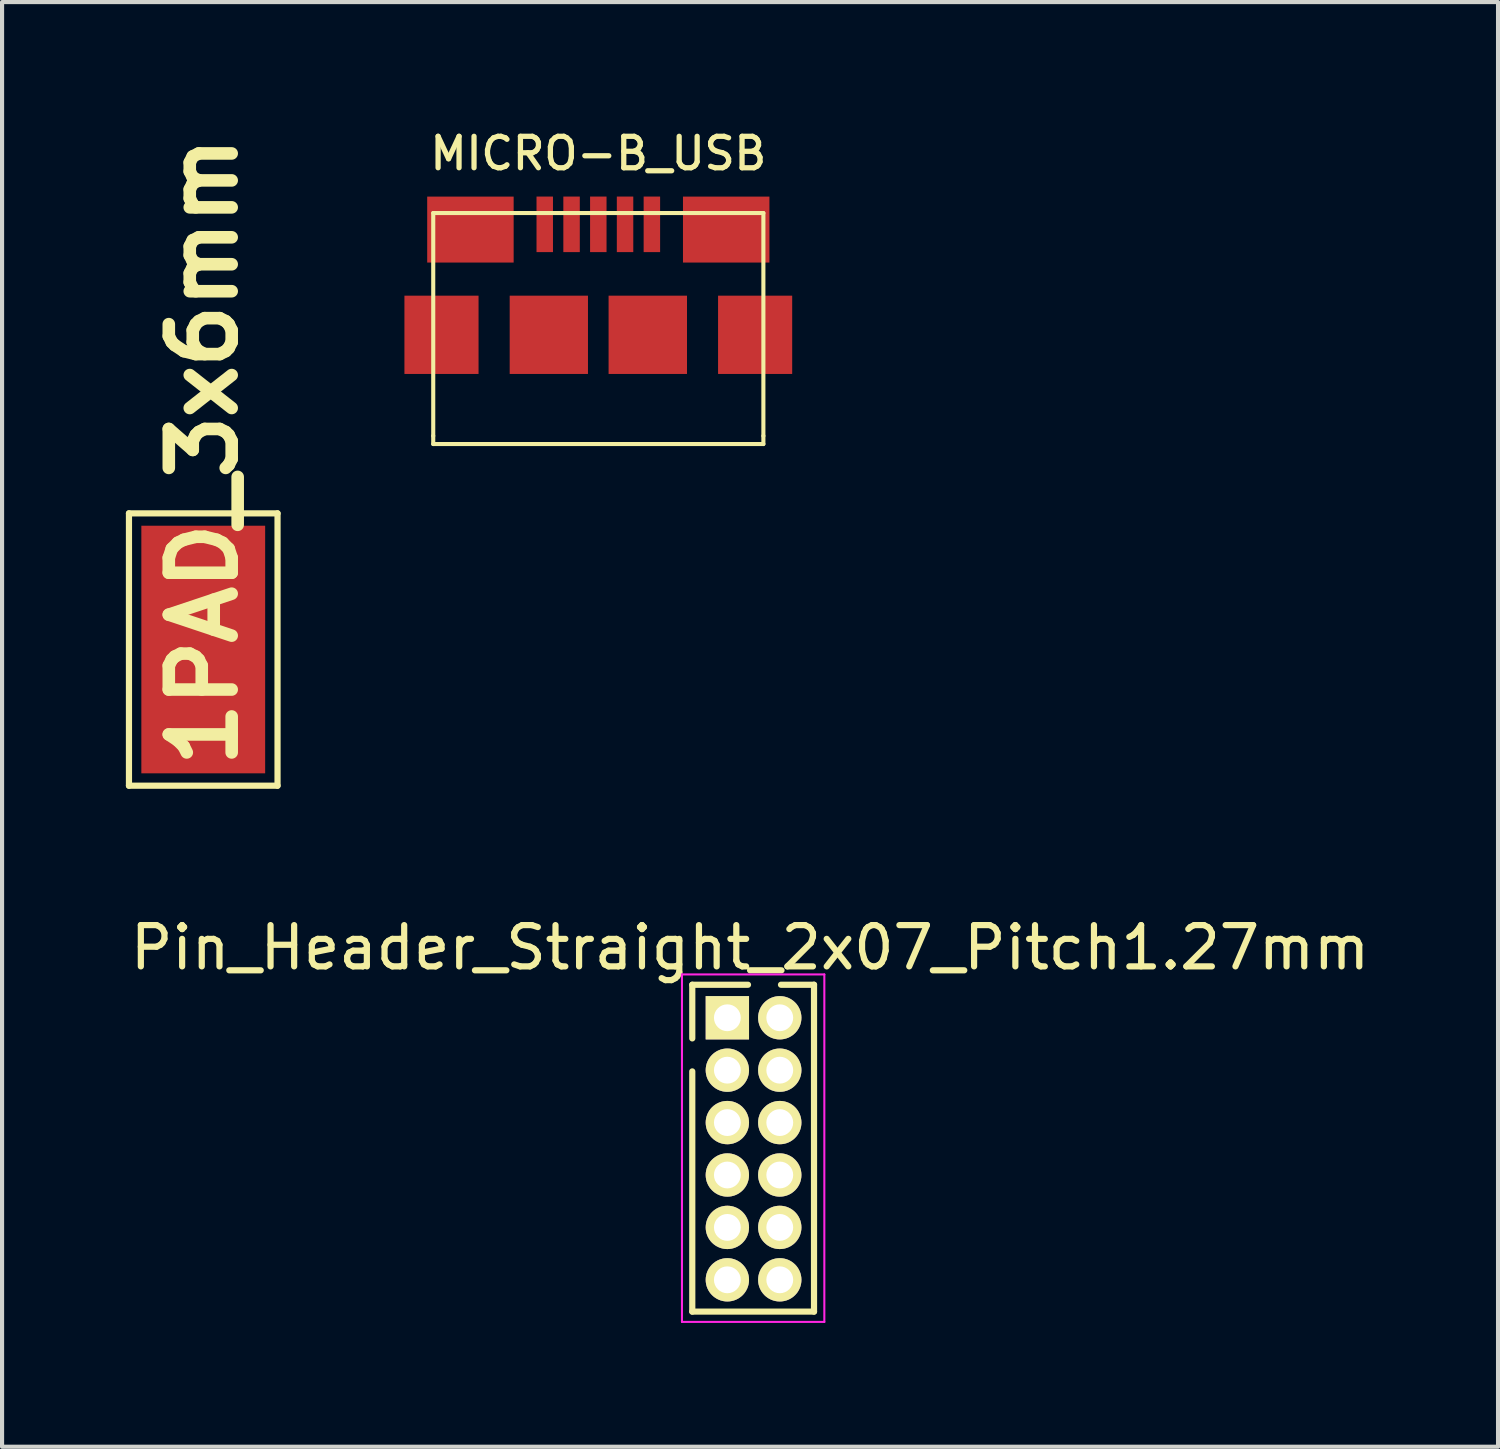
<source format=kicad_pcb>
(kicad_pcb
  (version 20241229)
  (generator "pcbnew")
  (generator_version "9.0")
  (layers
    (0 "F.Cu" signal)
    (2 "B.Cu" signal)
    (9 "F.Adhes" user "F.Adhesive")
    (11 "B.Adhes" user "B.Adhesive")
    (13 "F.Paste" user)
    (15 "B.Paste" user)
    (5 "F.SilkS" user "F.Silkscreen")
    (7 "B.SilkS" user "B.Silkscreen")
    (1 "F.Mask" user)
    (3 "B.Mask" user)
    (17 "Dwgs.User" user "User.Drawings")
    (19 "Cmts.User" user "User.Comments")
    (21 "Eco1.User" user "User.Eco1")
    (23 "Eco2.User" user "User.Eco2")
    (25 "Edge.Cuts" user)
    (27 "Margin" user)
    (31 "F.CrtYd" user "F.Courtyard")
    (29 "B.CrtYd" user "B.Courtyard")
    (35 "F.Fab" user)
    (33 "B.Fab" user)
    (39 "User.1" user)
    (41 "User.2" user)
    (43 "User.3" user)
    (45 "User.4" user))
  (footprint "1PAD_3x6mm"
    (layer "F.Cu")
    (at 1.875 12.689)
    (property "Reference" "1PAD_3x6mm" (at 0 -4.8 270) (layer "F.SilkS") (effects (font (size 1.524 1.524) (thickness 0.305))))
    (attr through_hole)
    (fp_line (start -1.8 -3.3) (end 1.8 -3.3) (stroke (width 0.15) (type solid)) (layer "F.SilkS"))
    (fp_line (start -1.8 3.3) (end -1.8 -3.3) (stroke (width 0.15) (type solid)) (layer "F.SilkS"))
    (fp_line (start 1.8 -3.3) (end 1.8 3.3) (stroke (width 0.15) (type solid)) (layer "F.SilkS"))
    (fp_line (start 1.8 3.3) (end -1.8 3.3) (stroke (width 0.15) (type solid)) (layer "F.SilkS"))
    (pad "1" smd rect (at 0 0) (size 3 6) (layers "F.Cu" "F.Mask" "F.Paste")))
  (footprint "Pin_Header_Straight_2x07_Pitch1.27mm"
    (layer "F.Cu")
    (at 14.575 21.612)
    (property "Reference" "Pin_Header_Straight_2x07_Pitch1.27mm" (at 0.55 -1.7 0) (layer "F.SilkS") (effects (font (size 1 1) (thickness 0.15))))
    (attr through_hole)
    (fp_line (start -0.85 -0.8) (end -0.85 0.5) (stroke (width 0.15) (type solid)) (layer "F.SilkS"))
    (fp_line (start -0.85 7.12) (end -0.85 1.3) (stroke (width 0.15) (type solid)) (layer "F.SilkS"))
    (fp_line (start 0.5 -0.8) (end -0.85 -0.8) (stroke (width 0.15) (type solid)) (layer "F.SilkS"))
    (fp_line (start 2.1 -0.8) (end 1.3 -0.8) (stroke (width 0.15) (type solid)) (layer "F.SilkS"))
    (fp_line (start 2.1 7.12) (end -0.85 7.12) (stroke (width 0.15) (type solid)) (layer "F.SilkS"))
    (fp_line (start 2.1 7.12) (end 2.1 -0.8) (stroke (width 0.15) (type solid)) (layer "F.SilkS"))
    (fp_line (start -1.1 -1.05) (end -1.1 7.37) (stroke (width 0.05) (type solid)) (layer "F.CrtYd"))
    (fp_line (start -1.1 -1.05) (end 2.35 -1.05) (stroke (width 0.05) (type solid)) (layer "F.CrtYd"))
    (fp_line (start -1.1 7.37) (end 2.35 7.37) (stroke (width 0.05) (type solid)) (layer "F.CrtYd"))
    (fp_line (start 2.35 -1.05) (end 2.35 7.37) (stroke (width 0.05) (type solid)) (layer "F.CrtYd"))
    (pad "1" thru_hole rect (at 0 0) (size 1.05 1.05) (drill 0.65) (layers "*.Cu" "*.Mask" "F.SilkS"))
    (pad "2" thru_hole circle (at 1.27 0) (size 1.05 1.05) (drill 0.65) (layers "*.Cu" "*.Mask" "F.SilkS"))
    (pad "3" thru_hole circle (at 0 1.27) (size 1.05 1.05) (drill 0.65) (layers "*.Cu" "*.Mask" "F.SilkS"))
    (pad "4" thru_hole circle (at 1.27 1.27) (size 1.05 1.05) (drill 0.65) (layers "*.Cu" "*.Mask" "F.SilkS"))
    (pad "5" thru_hole circle (at 0 2.54) (size 1.05 1.05) (drill 0.65) (layers "*.Cu" "*.Mask" "F.SilkS"))
    (pad "6" thru_hole circle (at 1.27 2.54) (size 1.05 1.05) (drill 0.65) (layers "*.Cu" "*.Mask" "F.SilkS"))
    (pad "7" thru_hole circle (at 0 3.81) (size 1.05 1.05) (drill 0.65) (layers "*.Cu" "*.Mask" "F.SilkS"))
    (pad "8" thru_hole circle (at 1.27 3.81) (size 1.05 1.05) (drill 0.65) (layers "*.Cu" "*.Mask" "F.SilkS"))
    (pad "9" thru_hole circle (at 0 5.08) (size 1.05 1.05) (drill 0.65) (layers "*.Cu" "*.Mask" "F.SilkS"))
    (pad "10" thru_hole circle (at 1.27 5.08) (size 1.05 1.05) (drill 0.65) (layers "*.Cu" "*.Mask" "F.SilkS"))
    (pad "11" thru_hole circle (at 0 6.35 90) (size 1.05 1.05) (drill 0.65) (layers "*.Cu" "*.Mask" "F.SilkS"))
    (pad "12" thru_hole circle (at 1.27 6.35) (size 1.05 1.05) (drill 0.65) (layers "*.Cu" "*.Mask" "F.SilkS")))
  (footprint "MICRO-B_USB"
    (layer "F.Cu")
    (at 11.448 6.511)
    (property "Reference" "MICRO-B_USB" (at 0 -5.842 0) (layer "F.SilkS") (effects (font (size 0.762 0.762) (thickness 0.127))))
    (attr through_hole)
    (fp_line (start -4 -4.399) (end 4 -4.399) (stroke (width 0.099) (type solid)) (layer "F.SilkS"))
    (fp_line (start -4 1.001) (end -4 -4.399) (stroke (width 0.099) (type solid)) (layer "F.SilkS"))
    (fp_line (start -4 1.001) (end -4 1.199) (stroke (width 0.099) (type solid)) (layer "F.SilkS"))
    (fp_line (start 4 -4.399) (end 4 1.001) (stroke (width 0.099) (type solid)) (layer "F.SilkS"))
    (fp_line (start 4 1.001) (end 4 1.199) (stroke (width 0.099) (type solid)) (layer "F.SilkS"))
    (fp_line (start 4 1.199) (end -4 1.199) (stroke (width 0.099) (type solid)) (layer "F.SilkS"))
    (pad "" smd rect (at -3.8 -1.448) (size 1.796 1.897) (layers "F.Cu" "F.Mask" "F.Paste"))
    (pad "" smd rect (at -3.099 -3.998) (size 2.095 1.598) (layers "F.Cu" "F.Mask" "F.Paste"))
    (pad "" smd rect (at -1.199 -1.448) (size 1.897 1.897) (layers "F.Cu" "F.Mask" "F.Paste"))
    (pad "" smd rect (at 1.199 -1.448) (size 1.9 1.897) (layers "F.Cu" "F.Mask" "F.Paste"))
    (pad "" smd rect (at 3.099 -3.998) (size 2.095 1.598) (layers "F.Cu" "F.Mask" "F.Paste"))
    (pad "" smd rect (at 3.8 -1.448) (size 1.796 1.897) (layers "F.Cu" "F.Mask" "F.Paste"))
    (pad "1" smd rect (at -1.298 -4.125) (size 0.399 1.346) (layers "F.Cu" "F.Mask" "F.Paste"))
    (pad "2" smd rect (at -0.648 -4.125) (size 0.399 1.346) (layers "F.Cu" "F.Mask" "F.Paste"))
    (pad "3" smd rect (at 0 -4.125) (size 0.399 1.346) (layers "F.Cu" "F.Mask" "F.Paste"))
    (pad "4" smd rect (at 0.648 -4.125) (size 0.399 1.346) (layers "F.Cu" "F.Mask" "F.Paste"))
    (pad "5" smd rect (at 1.298 -4.125) (size 0.399 1.346) (layers "F.Cu" "F.Mask" "F.Paste")))
  (gr_rect
    (start -3 -3)
    (end 33.25 32.007)
    (stroke (width 0.1) (type default))
    (fill no)
    (layer "Edge.Cuts")))
</source>
